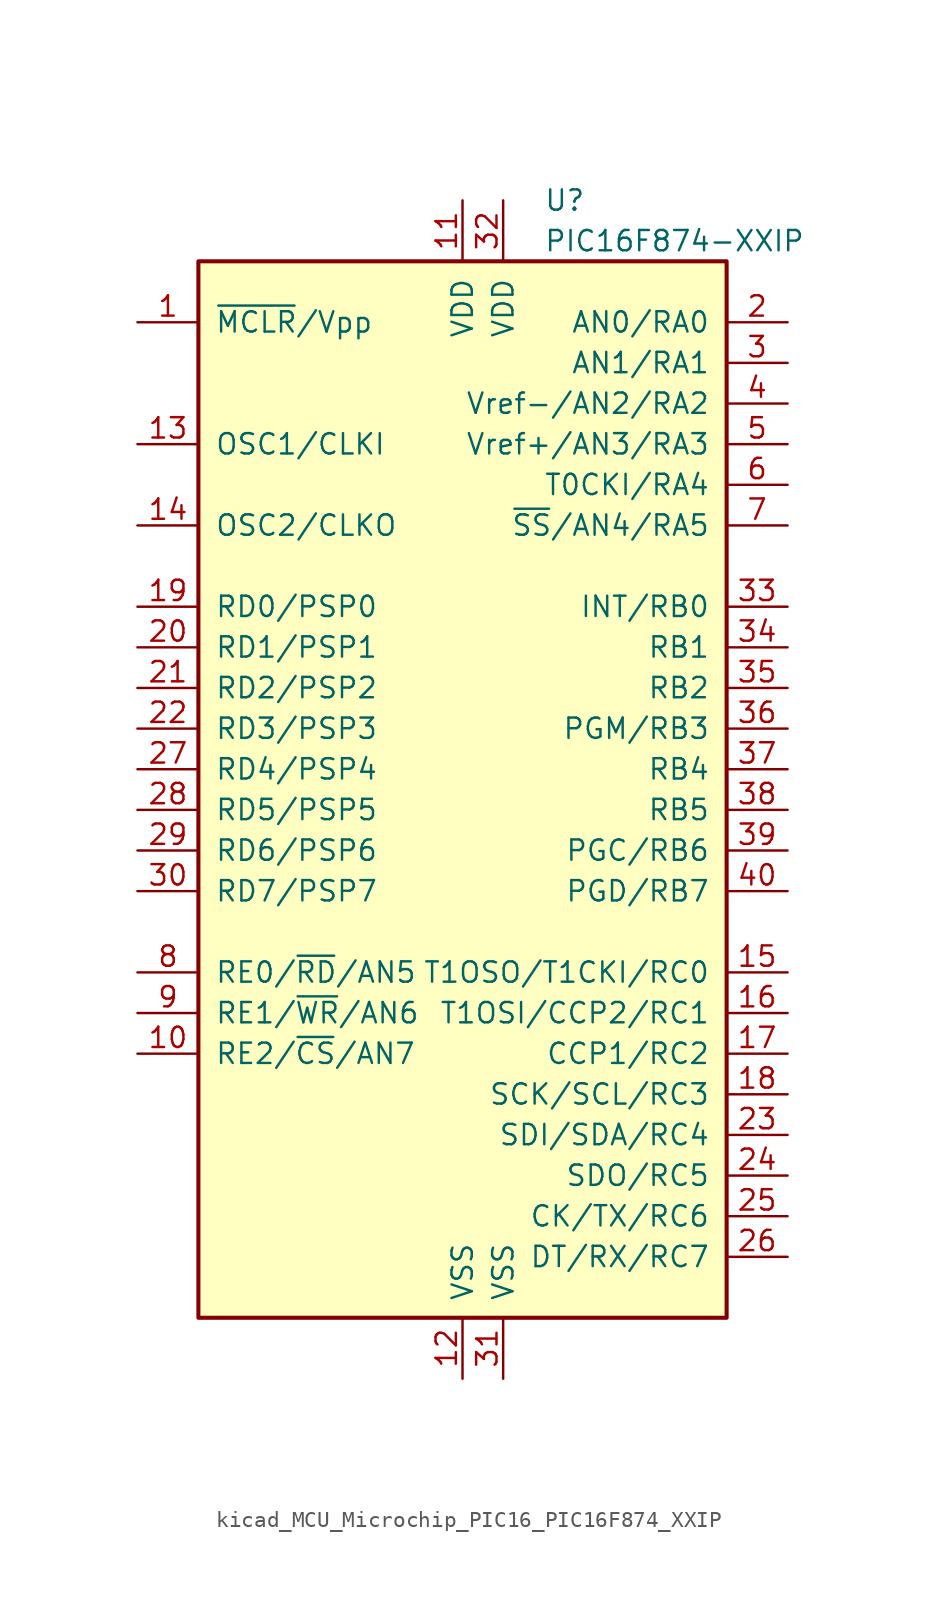
<source format=kicad_sym>
(kicad_symbol_lib
  (version 20220914)
  (generator kicad_symbol_editor)
  (symbol "kicad_MCU_Microchip_PIC16_PIC16F874_XXIP"
    (pin_names
      (offset 1.016))
    (property "Reference" "U"
      (at 5.08 35.56 0)
      (effects (font (size 1.27 1.27)) (justify left)))
    (property "Value" "PIC16F874-XXIP"
      (at 5.08 33.02 0)
      (effects (font (size 1.27 1.27)) (justify left)))
    (symbol "kicad_MCU_Microchip_PIC16_PIC16F874_XXIP_0_1"
      (rectangle (start -16.51 31.75) (end 16.51 -34.29) (stroke (width 0.254) (type default)) (fill (type background))))
    (symbol "kicad_MCU_Microchip_PIC16_PIC16F874_XXIP_1_1"
      (pin input line (at -20.32 27.94 0) (length 3.81) (name "~{MCLR}/Vpp" (effects (font (size 1.27 1.27)))) (number "1" (effects (font (size 1.27 1.27)))))
      (pin bidirectional line (at -20.32 -17.78 0) (length 3.81) (name "RE2/~{CS}/AN7" (effects (font (size 1.27 1.27)))) (number "10" (effects (font (size 1.27 1.27)))))
      (pin power_in line (at 0 35.56 270) (length 3.81) (name "VDD" (effects (font (size 1.27 1.27)))) (number "11" (effects (font (size 1.27 1.27)))))
      (pin power_in line (at 0 -38.1 90) (length 3.81) (name "VSS" (effects (font (size 1.27 1.27)))) (number "12" (effects (font (size 1.27 1.27)))))
      (pin input line (at -20.32 20.32 0) (length 3.81) (name "OSC1/CLKI" (effects (font (size 1.27 1.27)))) (number "13" (effects (font (size 1.27 1.27)))))
      (pin output line (at -20.32 15.24 0) (length 3.81) (name "OSC2/CLKO" (effects (font (size 1.27 1.27)))) (number "14" (effects (font (size 1.27 1.27)))))
      (pin bidirectional line (at 20.32 -12.7 180) (length 3.81) (name "T1OSO/T1CKI/RC0" (effects (font (size 1.27 1.27)))) (number "15" (effects (font (size 1.27 1.27)))))
      (pin bidirectional line (at 20.32 -15.24 180) (length 3.81) (name "T1OSI/CCP2/RC1" (effects (font (size 1.27 1.27)))) (number "16" (effects (font (size 1.27 1.27)))))
      (pin bidirectional line (at 20.32 -17.78 180) (length 3.81) (name "CCP1/RC2" (effects (font (size 1.27 1.27)))) (number "17" (effects (font (size 1.27 1.27)))))
      (pin bidirectional line (at 20.32 -20.32 180) (length 3.81) (name "SCK/SCL/RC3" (effects (font (size 1.27 1.27)))) (number "18" (effects (font (size 1.27 1.27)))))
      (pin bidirectional line (at -20.32 10.16 0) (length 3.81) (name "RD0/PSP0" (effects (font (size 1.27 1.27)))) (number "19" (effects (font (size 1.27 1.27)))))
      (pin bidirectional line (at 20.32 27.94 180) (length 3.81) (name "AN0/RA0" (effects (font (size 1.27 1.27)))) (number "2" (effects (font (size 1.27 1.27)))))
      (pin bidirectional line (at -20.32 7.62 0) (length 3.81) (name "RD1/PSP1" (effects (font (size 1.27 1.27)))) (number "20" (effects (font (size 1.27 1.27)))))
      (pin bidirectional line (at -20.32 5.08 0) (length 3.81) (name "RD2/PSP2" (effects (font (size 1.27 1.27)))) (number "21" (effects (font (size 1.27 1.27)))))
      (pin bidirectional line (at -20.32 2.54 0) (length 3.81) (name "RD3/PSP3" (effects (font (size 1.27 1.27)))) (number "22" (effects (font (size 1.27 1.27)))))
      (pin bidirectional line (at 20.32 -22.86 180) (length 3.81) (name "SDI/SDA/RC4" (effects (font (size 1.27 1.27)))) (number "23" (effects (font (size 1.27 1.27)))))
      (pin bidirectional line (at 20.32 -25.4 180) (length 3.81) (name "SDO/RC5" (effects (font (size 1.27 1.27)))) (number "24" (effects (font (size 1.27 1.27)))))
      (pin bidirectional line (at 20.32 -27.94 180) (length 3.81) (name "CK/TX/RC6" (effects (font (size 1.27 1.27)))) (number "25" (effects (font (size 1.27 1.27)))))
      (pin bidirectional line (at 20.32 -30.48 180) (length 3.81) (name "DT/RX/RC7" (effects (font (size 1.27 1.27)))) (number "26" (effects (font (size 1.27 1.27)))))
      (pin bidirectional line (at -20.32 0 0) (length 3.81) (name "RD4/PSP4" (effects (font (size 1.27 1.27)))) (number "27" (effects (font (size 1.27 1.27)))))
      (pin bidirectional line (at -20.32 -2.54 0) (length 3.81) (name "RD5/PSP5" (effects (font (size 1.27 1.27)))) (number "28" (effects (font (size 1.27 1.27)))))
      (pin bidirectional line (at -20.32 -5.08 0) (length 3.81) (name "RD6/PSP6" (effects (font (size 1.27 1.27)))) (number "29" (effects (font (size 1.27 1.27)))))
      (pin bidirectional line (at 20.32 25.4 180) (length 3.81) (name "AN1/RA1" (effects (font (size 1.27 1.27)))) (number "3" (effects (font (size 1.27 1.27)))))
      (pin bidirectional line (at -20.32 -7.62 0) (length 3.81) (name "RD7/PSP7" (effects (font (size 1.27 1.27)))) (number "30" (effects (font (size 1.27 1.27)))))
      (pin power_in line (at 2.54 -38.1 90) (length 3.81) (name "VSS" (effects (font (size 1.27 1.27)))) (number "31" (effects (font (size 1.27 1.27)))))
      (pin power_in line (at 2.54 35.56 270) (length 3.81) (name "VDD" (effects (font (size 1.27 1.27)))) (number "32" (effects (font (size 1.27 1.27)))))
      (pin bidirectional line (at 20.32 10.16 180) (length 3.81) (name "INT/RB0" (effects (font (size 1.27 1.27)))) (number "33" (effects (font (size 1.27 1.27)))))
      (pin bidirectional line (at 20.32 7.62 180) (length 3.81) (name "RB1" (effects (font (size 1.27 1.27)))) (number "34" (effects (font (size 1.27 1.27)))))
      (pin bidirectional line (at 20.32 5.08 180) (length 3.81) (name "RB2" (effects (font (size 1.27 1.27)))) (number "35" (effects (font (size 1.27 1.27)))))
      (pin bidirectional line (at 20.32 2.54 180) (length 3.81) (name "PGM/RB3" (effects (font (size 1.27 1.27)))) (number "36" (effects (font (size 1.27 1.27)))))
      (pin bidirectional line (at 20.32 0 180) (length 3.81) (name "RB4" (effects (font (size 1.27 1.27)))) (number "37" (effects (font (size 1.27 1.27)))))
      (pin bidirectional line (at 20.32 -2.54 180) (length 3.81) (name "RB5" (effects (font (size 1.27 1.27)))) (number "38" (effects (font (size 1.27 1.27)))))
      (pin bidirectional line (at 20.32 -5.08 180) (length 3.81) (name "PGC/RB6" (effects (font (size 1.27 1.27)))) (number "39" (effects (font (size 1.27 1.27)))))
      (pin bidirectional line (at 20.32 22.86 180) (length 3.81) (name "Vref-/AN2/RA2" (effects (font (size 1.27 1.27)))) (number "4" (effects (font (size 1.27 1.27)))))
      (pin bidirectional line (at 20.32 -7.62 180) (length 3.81) (name "PGD/RB7" (effects (font (size 1.27 1.27)))) (number "40" (effects (font (size 1.27 1.27)))))
      (pin bidirectional line (at 20.32 20.32 180) (length 3.81) (name "Vref+/AN3/RA3" (effects (font (size 1.27 1.27)))) (number "5" (effects (font (size 1.27 1.27)))))
      (pin bidirectional line (at 20.32 17.78 180) (length 3.81) (name "T0CKI/RA4" (effects (font (size 1.27 1.27)))) (number "6" (effects (font (size 1.27 1.27)))))
      (pin bidirectional line (at 20.32 15.24 180) (length 3.81) (name "~{SS}/AN4/RA5" (effects (font (size 1.27 1.27)))) (number "7" (effects (font (size 1.27 1.27)))))
      (pin bidirectional line (at -20.32 -12.7 0) (length 3.81) (name "RE0/~{RD}/AN5" (effects (font (size 1.27 1.27)))) (number "8" (effects (font (size 1.27 1.27)))))
      (pin bidirectional line (at -20.32 -15.24 0) (length 3.81) (name "RE1/~{WR}/AN6" (effects (font (size 1.27 1.27)))) (number "9" (effects (font (size 1.27 1.27))))))))
</source>
